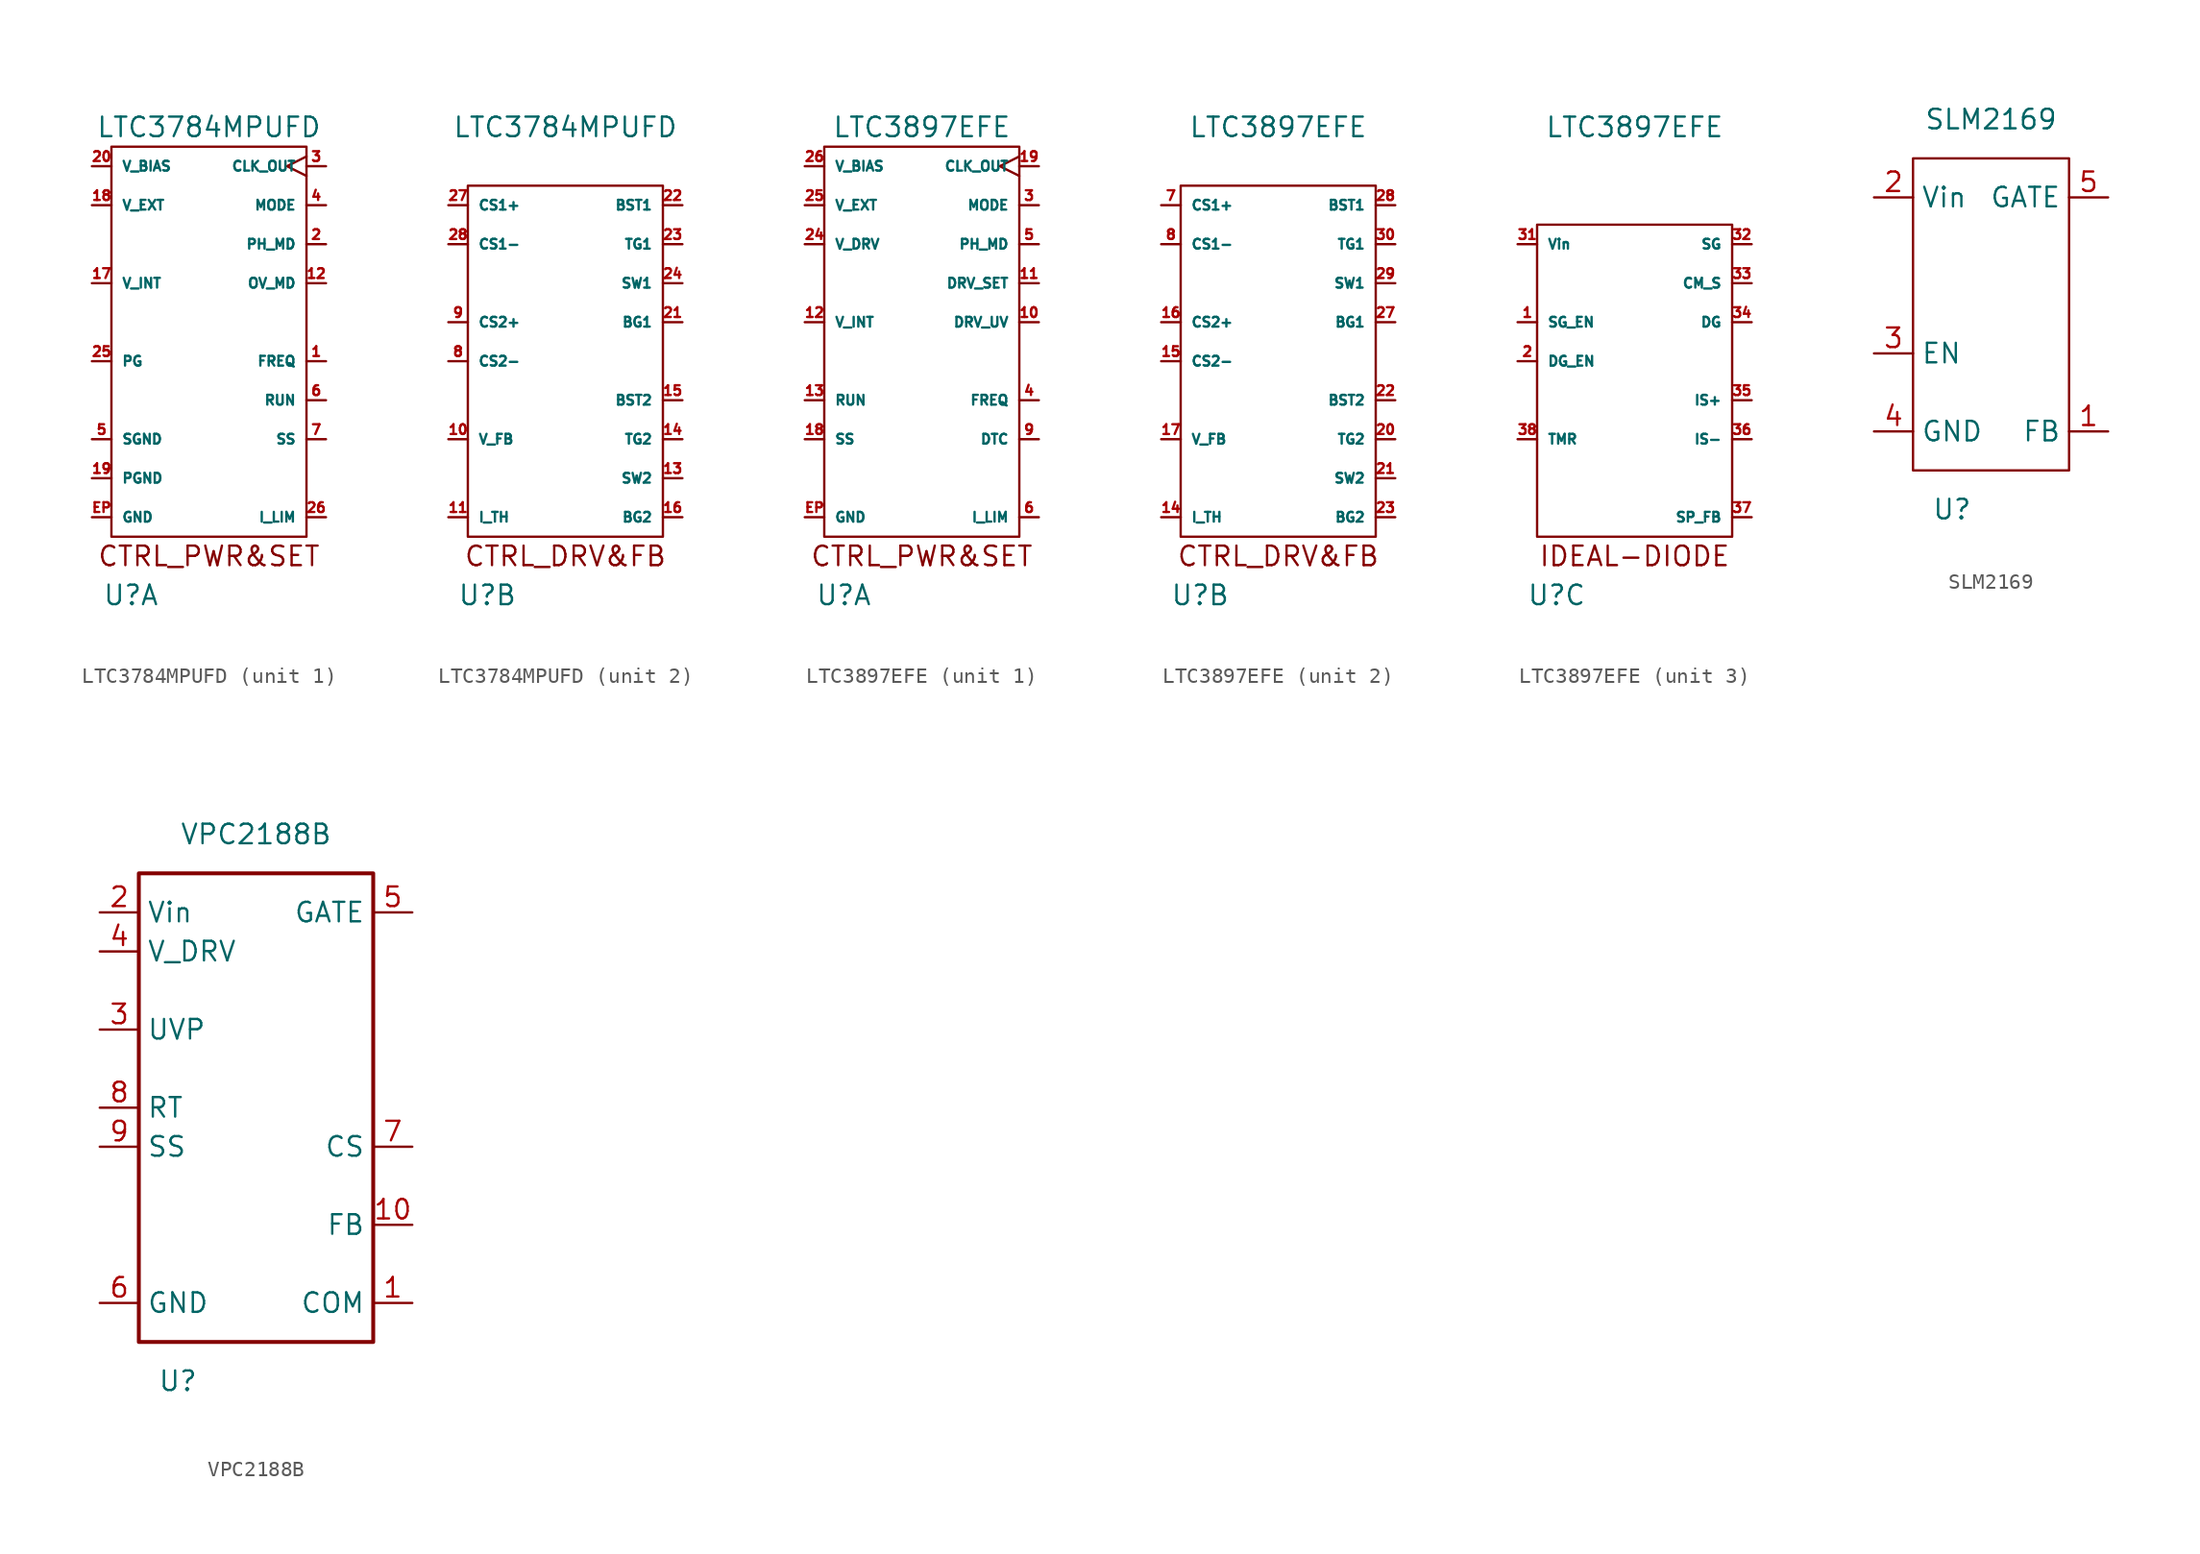
<source format=kicad_sym>
(kicad_symbol_lib
  (version 20220914)
  (generator kicad_symbol_editor)
  (symbol "LTC3784MPUFD"
    (pin_names
      (offset 0.635))
    (property "Reference" "U"
      (at -5.08 -15.24 0)
      (effects (font (size 1.27 1.27))))
    (property "Value" "LTC3784MPUFD"
      (at 0 15.24 0)
      (effects (font (size 1.27 1.27))))
    (property "ki_locked" ""
      (at 0 0 0)
      (effects (font (size 1.27 1.27))))
    (symbol "LTC3784MPUFD_1_0"
      (text "CTRL_PWR&SET" (at 0 -12.7 0) (effects (font (size 1.27 1.27)))))
    (symbol "LTC3784MPUFD_1_1"
      (rectangle (start -6.35 13.97) (end 6.35 -11.43) (stroke (width 0) (type default)) (fill (type none)))
      (pin input line (at 7.62 0 180) (length 1.27) (name "FREQ" (effects (font (size 0.635 0.635)))) (number "1" (effects (font (size 0.635 0.635)))))
      (pin input line (at 7.62 5.08 180) (length 1.27) (name "OV_MD" (effects (font (size 0.635 0.635)))) (number "12" (effects (font (size 0.635 0.635)))))
      (pin power_out line (at -7.62 5.08 0) (length 1.27) (name "V_INT" (effects (font (size 0.635 0.635)))) (number "17" (effects (font (size 0.635 0.635)))))
      (pin power_in line (at -7.62 10.16 0) (length 1.27) (name "V_EXT" (effects (font (size 0.635 0.635)))) (number "18" (effects (font (size 0.635 0.635)))))
      (pin power_in line (at -7.62 -7.62 0) (length 1.27) (name "PGND" (effects (font (size 0.635 0.635)))) (number "19" (effects (font (size 0.635 0.635)))))
      (pin input line (at 7.62 7.62 180) (length 1.27) (name "PH_MD" (effects (font (size 0.635 0.635)))) (number "2" (effects (font (size 0.635 0.635)))))
      (pin power_in line (at -7.62 12.7 0) (length 1.27) (name "V_BIAS" (effects (font (size 0.635 0.635)))) (number "20" (effects (font (size 0.635 0.635)))))
      (pin output line (at -7.62 0 0) (length 1.27) (name "PG" (effects (font (size 0.635 0.635)))) (number "25" (effects (font (size 0.635 0.635)))))
      (pin input line (at 7.62 -10.16 180) (length 1.27) (name "I_LIM" (effects (font (size 0.635 0.635)))) (number "26" (effects (font (size 0.635 0.635)))))
      (pin output clock (at 7.62 12.7 180) (length 1.27) (name "CLK_OUT" (effects (font (size 0.635 0.635)))) (number "3" (effects (font (size 0.635 0.635)))))
      (pin input line (at 7.62 10.16 180) (length 1.27) (name "MODE" (effects (font (size 0.635 0.635)))) (number "4" (effects (font (size 0.635 0.635)))) (alternate "PLL_IN" input line))
      (pin power_in line (at -7.62 -5.08 0) (length 1.27) (name "SGND" (effects (font (size 0.635 0.635)))) (number "5" (effects (font (size 0.635 0.635)))))
      (pin input line (at 7.62 -2.54 180) (length 1.27) (name "RUN" (effects (font (size 0.635 0.635)))) (number "6" (effects (font (size 0.635 0.635)))))
      (pin input line (at 7.62 -5.08 180) (length 1.27) (name "SS" (effects (font (size 0.635 0.635)))) (number "7" (effects (font (size 0.635 0.635)))))
      (pin power_in line (at -7.62 -10.16 0) (length 1.27) (name "GND" (effects (font (size 0.635 0.635)))) (number "EP" (effects (font (size 0.635 0.635))))))
    (symbol "LTC3784MPUFD_2_0"
      (rectangle (start -6.35 11.43) (end 6.35 -11.43) (stroke (width 0) (type default)) (fill (type none)))
      (text "CTRL_DRV&FB" (at 0 -12.7 0) (effects (font (size 1.27 1.27)))))
    (symbol "LTC3784MPUFD_2_1"
      (pin input line (at -7.62 -5.08 0) (length 1.27) (name "V_FB" (effects (font (size 0.635 0.635)))) (number "10" (effects (font (size 0.635 0.635)))))
      (pin output line (at -7.62 -10.16 0) (length 1.27) (name "I_TH" (effects (font (size 0.635 0.635)))) (number "11" (effects (font (size 0.635 0.635)))))
      (pin power_in line (at 7.62 -7.62 180) (length 1.27) (name "SW2" (effects (font (size 0.635 0.635)))) (number "13" (effects (font (size 0.635 0.635)))))
      (pin output line (at 7.62 -5.08 180) (length 1.27) (name "TG2" (effects (font (size 0.635 0.635)))) (number "14" (effects (font (size 0.635 0.635)))))
      (pin power_in line (at 7.62 -2.54 180) (length 1.27) (name "BST2" (effects (font (size 0.635 0.635)))) (number "15" (effects (font (size 0.635 0.635)))))
      (pin output line (at 7.62 -10.16 180) (length 1.27) (name "BG2" (effects (font (size 0.635 0.635)))) (number "16" (effects (font (size 0.635 0.635)))))
      (pin output line (at 7.62 2.54 180) (length 1.27) (name "BG1" (effects (font (size 0.635 0.635)))) (number "21" (effects (font (size 0.635 0.635)))))
      (pin power_in line (at 7.62 10.16 180) (length 1.27) (name "BST1" (effects (font (size 0.635 0.635)))) (number "22" (effects (font (size 0.635 0.635)))))
      (pin output line (at 7.62 7.62 180) (length 1.27) (name "TG1" (effects (font (size 0.635 0.635)))) (number "23" (effects (font (size 0.635 0.635)))))
      (pin power_in line (at 7.62 5.08 180) (length 1.27) (name "SW1" (effects (font (size 0.635 0.635)))) (number "24" (effects (font (size 0.635 0.635)))))
      (pin input line (at -7.62 10.16 0) (length 1.27) (name "CS1+" (effects (font (size 0.635 0.635)))) (number "27" (effects (font (size 0.635 0.635)))))
      (pin input line (at -7.62 7.62 0) (length 1.27) (name "CS1-" (effects (font (size 0.635 0.635)))) (number "28" (effects (font (size 0.635 0.635)))))
      (pin input line (at -7.62 0 0) (length 1.27) (name "CS2-" (effects (font (size 0.635 0.635)))) (number "8" (effects (font (size 0.635 0.635)))))
      (pin input line (at -7.62 2.54 0) (length 1.27) (name "CS2+" (effects (font (size 0.635 0.635)))) (number "9" (effects (font (size 0.635 0.635)))))))
  (symbol "LTC3897EFE"
    (pin_names
      (offset 0.635))
    (property "Reference" "U"
      (at -5.08 -15.24 0)
      (effects (font (size 1.27 1.27))))
    (property "Value" "LTC3897EFE"
      (at 0 15.24 0)
      (effects (font (size 1.27 1.27))))
    (property "ki_locked" ""
      (at 0 0 0)
      (effects (font (size 1.27 1.27))))
    (symbol "LTC3897EFE_1_0"
      (text "CTRL_PWR&SET" (at 0 -12.7 0) (effects (font (size 1.27 1.27)))))
    (symbol "LTC3897EFE_1_1"
      (rectangle (start -6.35 13.97) (end 6.35 -11.43) (stroke (width 0) (type default)) (fill (type none)))
      (pin input line (at 7.62 2.54 180) (length 1.27) (name "DRV_UV" (effects (font (size 0.635 0.635)))) (number "10" (effects (font (size 0.635 0.635)))))
      (pin input line (at 7.62 5.08 180) (length 1.27) (name "DRV_SET" (effects (font (size 0.635 0.635)))) (number "11" (effects (font (size 0.635 0.635)))))
      (pin power_out line (at -7.62 2.54 0) (length 1.27) (name "V_INT" (effects (font (size 0.635 0.635)))) (number "12" (effects (font (size 0.635 0.635)))))
      (pin input line (at -7.62 -2.54 0) (length 1.27) (name "RUN" (effects (font (size 0.635 0.635)))) (number "13" (effects (font (size 0.635 0.635)))))
      (pin input line (at -7.62 -5.08 0) (length 1.27) (name "SS" (effects (font (size 0.635 0.635)))) (number "18" (effects (font (size 0.635 0.635)))))
      (pin output clock (at 7.62 12.7 180) (length 1.27) (name "CLK_OUT" (effects (font (size 0.635 0.635)))) (number "19" (effects (font (size 0.635 0.635)))))
      (pin power_in line (at -7.62 7.62 0) (length 1.27) (name "V_DRV" (effects (font (size 0.635 0.635)))) (number "24" (effects (font (size 0.635 0.635)))))
      (pin power_in line (at -7.62 10.16 0) (length 1.27) (name "V_EXT" (effects (font (size 0.635 0.635)))) (number "25" (effects (font (size 0.635 0.635)))))
      (pin power_in line (at -7.62 12.7 0) (length 1.27) (name "V_BIAS" (effects (font (size 0.635 0.635)))) (number "26" (effects (font (size 0.635 0.635)))))
      (pin input line (at 7.62 10.16 180) (length 1.27) (name "MODE" (effects (font (size 0.635 0.635)))) (number "3" (effects (font (size 0.635 0.635)))) (alternate "PLL_IN" input line))
      (pin input line (at 7.62 -2.54 180) (length 1.27) (name "FREQ" (effects (font (size 0.635 0.635)))) (number "4" (effects (font (size 0.635 0.635)))))
      (pin input line (at 7.62 7.62 180) (length 1.27) (name "PH_MD" (effects (font (size 0.635 0.635)))) (number "5" (effects (font (size 0.635 0.635)))))
      (pin input line (at 7.62 -10.16 180) (length 1.27) (name "I_LIM" (effects (font (size 0.635 0.635)))) (number "6" (effects (font (size 0.635 0.635)))))
      (pin input line (at 7.62 -5.08 180) (length 1.27) (name "DTC" (effects (font (size 0.635 0.635)))) (number "9" (effects (font (size 0.635 0.635)))))
      (pin power_in line (at -7.62 -10.16 0) (length 1.27) (name "GND" (effects (font (size 0.635 0.635)))) (number "EP" (effects (font (size 0.635 0.635))))))
    (symbol "LTC3897EFE_2_0"
      (rectangle (start -6.35 11.43) (end 6.35 -11.43) (stroke (width 0) (type default)) (fill (type none)))
      (text "CTRL_DRV&FB" (at 0 -12.7 0) (effects (font (size 1.27 1.27)))))
    (symbol "LTC3897EFE_2_1"
      (pin output line (at -7.62 -10.16 0) (length 1.27) (name "I_TH" (effects (font (size 0.635 0.635)))) (number "14" (effects (font (size 0.635 0.635)))))
      (pin input line (at -7.62 0 0) (length 1.27) (name "CS2-" (effects (font (size 0.635 0.635)))) (number "15" (effects (font (size 0.635 0.635)))))
      (pin input line (at -7.62 2.54 0) (length 1.27) (name "CS2+" (effects (font (size 0.635 0.635)))) (number "16" (effects (font (size 0.635 0.635)))))
      (pin input line (at -7.62 -5.08 0) (length 1.27) (name "V_FB" (effects (font (size 0.635 0.635)))) (number "17" (effects (font (size 0.635 0.635)))))
      (pin output line (at 7.62 -5.08 180) (length 1.27) (name "TG2" (effects (font (size 0.635 0.635)))) (number "20" (effects (font (size 0.635 0.635)))))
      (pin power_in line (at 7.62 -7.62 180) (length 1.27) (name "SW2" (effects (font (size 0.635 0.635)))) (number "21" (effects (font (size 0.635 0.635)))))
      (pin power_in line (at 7.62 -2.54 180) (length 1.27) (name "BST2" (effects (font (size 0.635 0.635)))) (number "22" (effects (font (size 0.635 0.635)))))
      (pin output line (at 7.62 -10.16 180) (length 1.27) (name "BG2" (effects (font (size 0.635 0.635)))) (number "23" (effects (font (size 0.635 0.635)))))
      (pin output line (at 7.62 2.54 180) (length 1.27) (name "BG1" (effects (font (size 0.635 0.635)))) (number "27" (effects (font (size 0.635 0.635)))))
      (pin power_in line (at 7.62 10.16 180) (length 1.27) (name "BST1" (effects (font (size 0.635 0.635)))) (number "28" (effects (font (size 0.635 0.635)))))
      (pin power_in line (at 7.62 5.08 180) (length 1.27) (name "SW1" (effects (font (size 0.635 0.635)))) (number "29" (effects (font (size 0.635 0.635)))))
      (pin output line (at 7.62 7.62 180) (length 1.27) (name "TG1" (effects (font (size 0.635 0.635)))) (number "30" (effects (font (size 0.635 0.635)))))
      (pin input line (at -7.62 10.16 0) (length 1.27) (name "CS1+" (effects (font (size 0.635 0.635)))) (number "7" (effects (font (size 0.635 0.635)))))
      (pin input line (at -7.62 7.62 0) (length 1.27) (name "CS1-" (effects (font (size 0.635 0.635)))) (number "8" (effects (font (size 0.635 0.635))))))
    (symbol "LTC3897EFE_3_0"
      (text "IDEAL-DIODE" (at 0 -12.7 0) (effects (font (size 1.27 1.27)))))
    (symbol "LTC3897EFE_3_1"
      (rectangle (start -6.35 8.89) (end 6.35 -11.43) (stroke (width 0) (type default)) (fill (type none)))
      (pin input line (at -7.62 2.54 0) (length 1.27) (name "SG_EN" (effects (font (size 0.635 0.635)))) (number "1" (effects (font (size 0.635 0.635)))))
      (pin input line (at -7.62 0 0) (length 1.27) (name "DG_EN" (effects (font (size 0.635 0.635)))) (number "2" (effects (font (size 0.635 0.635)))))
      (pin power_in line (at -7.62 7.62 0) (length 1.27) (name "Vin" (effects (font (size 0.635 0.635)))) (number "31" (effects (font (size 0.635 0.635)))))
      (pin output line (at 7.62 7.62 180) (length 1.27) (name "SG" (effects (font (size 0.635 0.635)))) (number "32" (effects (font (size 0.635 0.635)))))
      (pin input line (at 7.62 5.08 180) (length 1.27) (name "CM_S" (effects (font (size 0.635 0.635)))) (number "33" (effects (font (size 0.635 0.635)))))
      (pin output line (at 7.62 2.54 180) (length 1.27) (name "DG" (effects (font (size 0.635 0.635)))) (number "34" (effects (font (size 0.635 0.635)))))
      (pin input line (at 7.62 -2.54 180) (length 1.27) (name "IS+" (effects (font (size 0.635 0.635)))) (number "35" (effects (font (size 0.635 0.635)))))
      (pin input line (at 7.62 -5.08 180) (length 1.27) (name "IS-" (effects (font (size 0.635 0.635)))) (number "36" (effects (font (size 0.635 0.635)))))
      (pin input line (at 7.62 -10.16 180) (length 1.27) (name "SP_FB" (effects (font (size 0.635 0.635)))) (number "37" (effects (font (size 0.635 0.635)))))
      (pin input line (at -7.62 -5.08 0) (length 1.27) (name "TMR" (effects (font (size 0.635 0.635)))) (number "38" (effects (font (size 0.635 0.635)))))))
  (symbol "SLM2169"
    (property "Reference" "U"
      (at -2.54 -12.7 0)
      (effects (font (size 1.27 1.27))))
    (property "Value" "SLM2169"
      (at 0 12.7 0)
      (effects (font (size 1.27 1.27))))
    (symbol "SLM2169_0_1"
      (rectangle (start -5.08 10.16) (end 5.08 -10.16) (stroke (width 0) (type default)) (fill (type none))))
    (symbol "SLM2169_1_1"
      (pin input line (at 7.62 -7.62 180) (length 2.54) (name "FB" (effects (font (size 1.27 1.27)))) (number "1" (effects (font (size 1.27 1.27)))))
      (pin power_in line (at -7.62 7.62 0) (length 2.54) (name "Vin" (effects (font (size 1.27 1.27)))) (number "2" (effects (font (size 1.27 1.27)))))
      (pin input line (at -7.62 -2.54 0) (length 2.54) (name "EN" (effects (font (size 1.27 1.27)))) (number "3" (effects (font (size 1.27 1.27)))))
      (pin power_in line (at -7.62 -7.62 0) (length 2.54) (name "GND" (effects (font (size 1.27 1.27)))) (number "4" (effects (font (size 1.27 1.27)))))
      (pin output line (at 7.62 7.62 180) (length 2.54) (name "GATE" (effects (font (size 1.27 1.27)))) (number "5" (effects (font (size 1.27 1.27)))))))
  (symbol "VPC2188B"
    (property "Reference" "U"
      (at -5.08 -17.78 0)
      (effects (font (size 1.27 1.27))))
    (property "Value" "VPC2188B"
      (at 0 17.78 0)
      (effects (font (size 1.27 1.27))))
    (symbol "VPC2188B_0_1"
      (rectangle (start -7.62 15.24) (end 7.62 -15.24) (stroke (width 0.254) (type default)) (fill (type none))))
    (symbol "VPC2188B_1_1"
      (pin input line (at 10.16 -12.7 180) (length 2.54) (name "COM" (effects (font (size 1.27 1.27)))) (number "1" (effects (font (size 1.27 1.27)))))
      (pin input line (at 10.16 -7.62 180) (length 2.54) (name "FB" (effects (font (size 1.27 1.27)))) (number "10" (effects (font (size 1.27 1.27)))))
      (pin power_in line (at -10.16 12.7 0) (length 2.54) (name "Vin" (effects (font (size 1.27 1.27)))) (number "2" (effects (font (size 1.27 1.27)))))
      (pin input line (at -10.16 5.08 0) (length 2.54) (name "UVP" (effects (font (size 1.27 1.27)))) (number "3" (effects (font (size 1.27 1.27)))))
      (pin power_out line (at -10.16 10.16 0) (length 2.54) (name "V_DRV" (effects (font (size 1.27 1.27)))) (number "4" (effects (font (size 1.27 1.27)))))
      (pin output line (at 10.16 12.7 180) (length 2.54) (name "GATE" (effects (font (size 1.27 1.27)))) (number "5" (effects (font (size 1.27 1.27)))))
      (pin power_in line (at -10.16 -12.7 0) (length 2.54) (name "GND" (effects (font (size 1.27 1.27)))) (number "6" (effects (font (size 1.27 1.27)))))
      (pin input line (at 10.16 -2.54 180) (length 2.54) (name "CS" (effects (font (size 1.27 1.27)))) (number "7" (effects (font (size 1.27 1.27)))))
      (pin passive line (at -10.16 0 0) (length 2.54) (name "RT" (effects (font (size 1.27 1.27)))) (number "8" (effects (font (size 1.27 1.27)))))
      (pin passive line (at -10.16 -2.54 0) (length 2.54) (name "SS" (effects (font (size 1.27 1.27)))) (number "9" (effects (font (size 1.27 1.27))))))))
</source>
